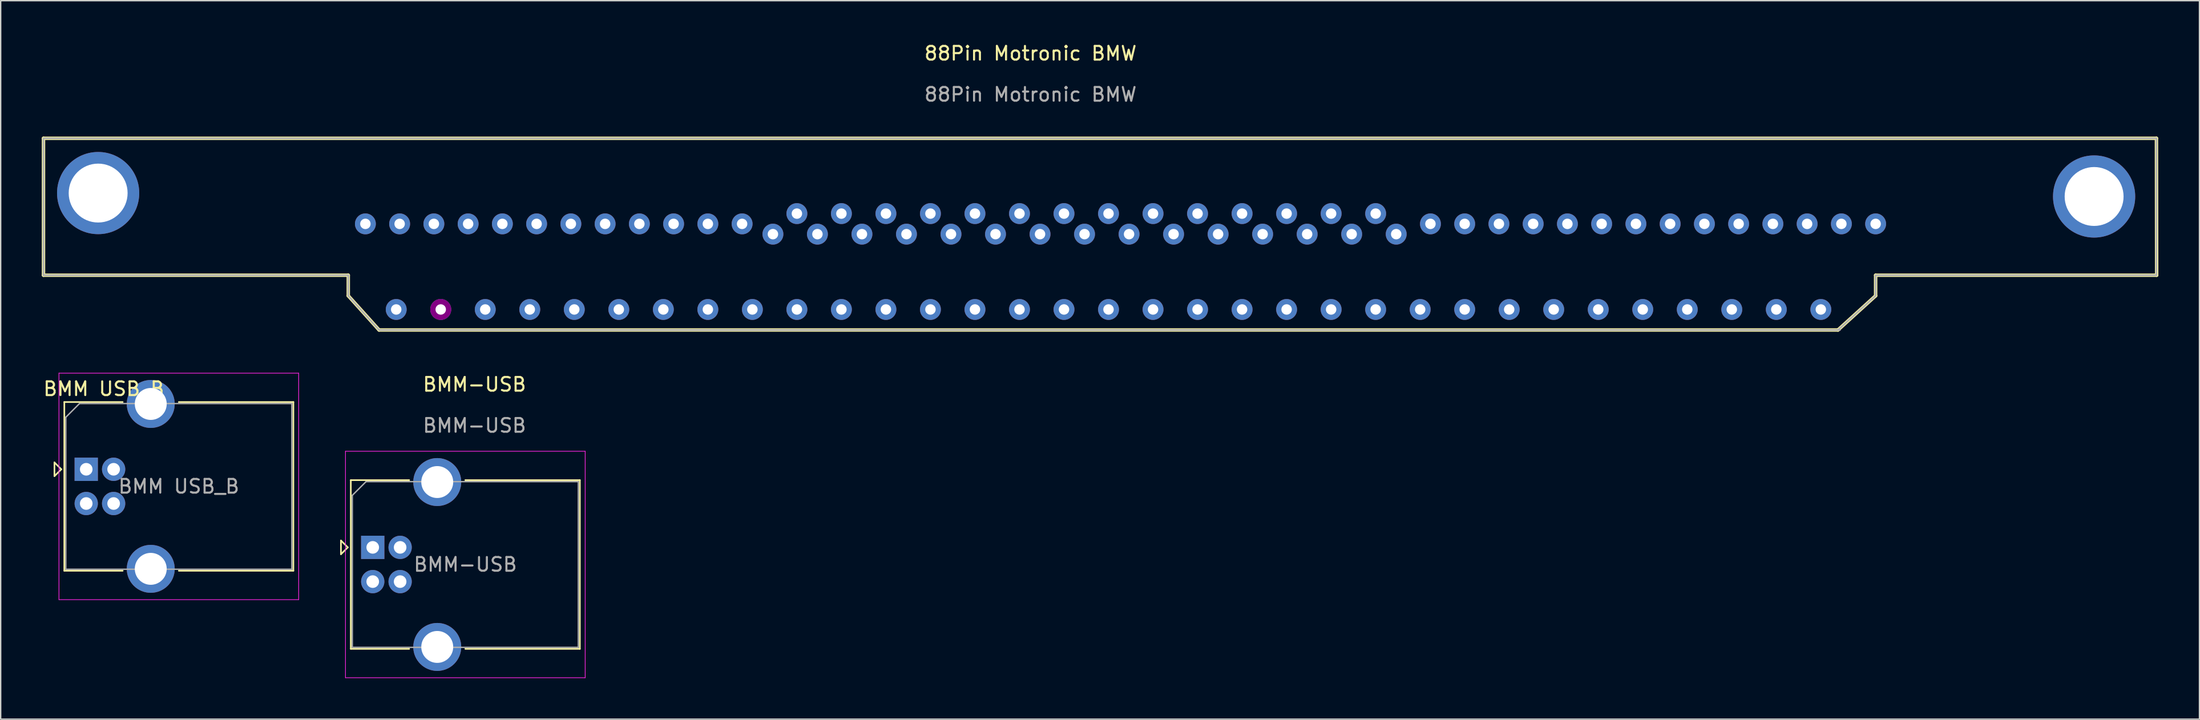
<source format=kicad_pcb>
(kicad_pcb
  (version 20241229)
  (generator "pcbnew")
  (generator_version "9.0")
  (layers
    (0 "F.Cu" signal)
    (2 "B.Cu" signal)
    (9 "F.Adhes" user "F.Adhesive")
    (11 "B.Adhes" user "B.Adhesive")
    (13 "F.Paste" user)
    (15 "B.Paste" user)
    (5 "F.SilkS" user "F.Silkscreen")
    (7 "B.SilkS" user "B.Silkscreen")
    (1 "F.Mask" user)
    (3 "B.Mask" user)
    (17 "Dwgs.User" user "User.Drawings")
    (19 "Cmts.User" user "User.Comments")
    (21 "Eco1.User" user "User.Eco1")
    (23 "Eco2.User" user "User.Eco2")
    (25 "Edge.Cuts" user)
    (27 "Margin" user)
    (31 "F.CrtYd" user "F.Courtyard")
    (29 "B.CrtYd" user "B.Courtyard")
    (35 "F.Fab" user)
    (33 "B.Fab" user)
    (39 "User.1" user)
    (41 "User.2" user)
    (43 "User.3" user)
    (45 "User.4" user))
  (footprint "88Pin Motronic BMW"
    (layer "F.Cu")
    (at 72.177 1.348)
    (property "Reference" "88Pin Motronic BMW" (at 0 -0.5 0) (unlocked yes) (layer "F.SilkS") (effects (font (size 1 1) (thickness 0.15))))
    (attr smd)
    (fp_line (start -72.052 5.7) (end -72.052 15.7) (stroke (width 0.25) (type solid)) (layer "F.SilkS"))
    (fp_line (start -72.052 15.7) (end -49.803 15.7) (stroke (width 0.25) (type solid)) (layer "F.SilkS"))
    (fp_line (start -49.803 15.7) (end -49.803 17.2) (stroke (width 0.25) (type solid)) (layer "F.SilkS"))
    (fp_line (start -49.803 17.2) (end -47.553 19.7) (stroke (width 0.25) (type solid)) (layer "F.SilkS"))
    (fp_line (start -47.553 19.7) (end 58.947 19.7) (stroke (width 0.25) (type solid)) (layer "F.SilkS"))
    (fp_line (start 58.947 19.7) (end 61.697 17.2) (stroke (width 0.25) (type solid)) (layer "F.SilkS"))
    (fp_line (start 61.697 15.7) (end 82.213 15.7) (stroke (width 0.25) (type solid)) (layer "F.SilkS"))
    (fp_line (start 61.697 17.2) (end 61.697 15.7) (stroke (width 0.25) (type solid)) (layer "F.SilkS"))
    (fp_line (start 82.198 5.7) (end -72.052 5.7) (stroke (width 0.25) (type solid)) (layer "F.SilkS"))
    (fp_line (start 82.213 15.7) (end 82.198 5.7) (stroke (width 0.25) (type solid)) (layer "F.SilkS"))
    (fp_line (start -72.052 5.7) (end 82.198 5.7) (stroke (width 0.12) (type solid)) (layer "F.Fab"))
    (fp_line (start -72.052 15.7) (end -72.052 5.7) (stroke (width 0.12) (type solid)) (layer "F.Fab"))
    (fp_line (start -49.803 15.7) (end -72.052 15.7) (stroke (width 0.12) (type solid)) (layer "F.Fab"))
    (fp_line (start -49.803 17.2) (end -49.803 15.7) (stroke (width 0.12) (type solid)) (layer "F.Fab"))
    (fp_line (start -47.553 19.7) (end -49.803 17.2) (stroke (width 0.12) (type solid)) (layer "F.Fab"))
    (fp_line (start 58.947 19.7) (end 61.697 17.2) (stroke (width 0.12) (type solid)) (layer "F.Fab"))
    (fp_line (start 59.096 19.7) (end -47.553 19.7) (stroke (width 0.12) (type solid)) (layer "F.Fab"))
    (fp_line (start 61.697 15.7) (end 82.198 15.7) (stroke (width 0.12) (type solid)) (layer "F.Fab"))
    (fp_line (start 61.697 17.184) (end 61.697 15.7) (stroke (width 0.12) (type solid)) (layer "F.Fab"))
    (fp_line (start 82.198 15.7) (end 82.198 5.7) (stroke (width 0.12) (type solid)) (layer "F.Fab"))
    (fp_text user "${REFERENCE}" (at 0 2.5 0) (unlocked yes) (layer "F.Fab") (effects (font (size 1 1) (thickness 0.15))))
    (pad "" thru_hole circle (at -68.062 9.7 180) (size 6 6) (drill 4.3) (layers "*.Cu" "*.Mask"))
    (pad "" thru_hole circle (at 77.647 9.95 180) (size 6 6) (drill 4.3) (layers "*.Cu" "*.Mask"))
    (pad "1" thru_hole circle (at -48.553 11.95 180) (size 1.524 1.524) (drill 0.762) (layers "*.Cu" "*.Mask"))
    (pad "2" thru_hole circle (at -43.553 11.95 180) (size 1.524 1.524) (drill 0.762) (layers "*.Cu" "*.Mask"))
    (pad "3" thru_hole circle (at -38.553 11.95 180) (size 1.524 1.524) (drill 0.762) (layers "*.Cu" "*.Mask"))
    (pad "4" thru_hole circle (at -33.553 11.95 180) (size 1.524 1.524) (drill 0.762) (layers "*.Cu" "*.Mask"))
    (pad "5" thru_hole circle (at -28.552 11.95 180) (size 1.524 1.524) (drill 0.762) (layers "*.Cu" "*.Mask"))
    (pad "6" thru_hole circle (at -23.552 11.95 180) (size 1.524 1.524) (drill 0.762) (layers "*.Cu" "*.Mask"))
    (pad "7" thru_hole circle (at -18.802 12.7 180) (size 1.524 1.524) (drill 0.762) (layers "*.Cu" "*.Mask"))
    (pad "8" thru_hole circle (at -15.553 12.7 180) (size 1.524 1.524) (drill 0.762) (layers "*.Cu" "*.Mask"))
    (pad "9" thru_hole circle (at -12.303 12.7 180) (size 1.524 1.524) (drill 0.762) (layers "*.Cu" "*.Mask"))
    (pad "10" thru_hole circle (at -9.053 12.7 180) (size 1.524 1.524) (drill 0.762) (layers "*.Cu" "*.Mask"))
    (pad "11" thru_hole circle (at -5.803 12.7 180) (size 1.524 1.524) (drill 0.762) (layers "*.Cu" "*.Mask"))
    (pad "12" thru_hole circle (at -2.553 12.7 180) (size 1.524 1.524) (drill 0.762) (layers "*.Cu" "*.Mask"))
    (pad "13" thru_hole circle (at 0.698 12.7 180) (size 1.524 1.524) (drill 0.762) (layers "*.Cu" "*.Mask"))
    (pad "14" thru_hole circle (at 3.947 12.7 180) (size 1.524 1.524) (drill 0.762) (layers "*.Cu" "*.Mask"))
    (pad "15" thru_hole circle (at 7.197 12.7 180) (size 1.524 1.524) (drill 0.762) (layers "*.Cu" "*.Mask"))
    (pad "16" thru_hole circle (at 10.447 12.7 180) (size 1.524 1.524) (drill 0.762) (layers "*.Cu" "*.Mask"))
    (pad "17" thru_hole circle (at 13.697 12.7 180) (size 1.524 1.524) (drill 0.762) (layers "*.Cu" "*.Mask"))
    (pad "18" thru_hole circle (at 16.948 12.7 180) (size 1.524 1.524) (drill 0.762) (layers "*.Cu" "*.Mask"))
    (pad "19" thru_hole circle (at 20.198 12.7 180) (size 1.524 1.524) (drill 0.762) (layers "*.Cu" "*.Mask"))
    (pad "20" thru_hole circle (at 23.448 12.7 180) (size 1.524 1.524) (drill 0.762) (layers "*.Cu" "*.Mask"))
    (pad "21" thru_hole circle (at 26.698 12.7 180) (size 1.524 1.524) (drill 0.762) (layers "*.Cu" "*.Mask"))
    (pad "22" thru_hole circle (at 31.698 11.95 180) (size 1.524 1.524) (drill 0.762) (layers "*.Cu" "*.Mask"))
    (pad "23" thru_hole circle (at 36.697 11.95 180) (size 1.524 1.524) (drill 0.762) (layers "*.Cu" "*.Mask"))
    (pad "24" thru_hole circle (at 41.697 11.95 180) (size 1.524 1.524) (drill 0.762) (layers "*.Cu" "*.Mask"))
    (pad "25" thru_hole circle (at 46.697 11.95 180) (size 1.524 1.524) (drill 0.762) (layers "*.Cu" "*.Mask"))
    (pad "26" thru_hole circle (at 51.697 11.95 180) (size 1.524 1.524) (drill 0.762) (layers "*.Cu" "*.Mask"))
    (pad "27" thru_hole circle (at 56.697 11.95 180) (size 1.524 1.524) (drill 0.762) (layers "*.Cu" "*.Mask"))
    (pad "28" thru_hole circle (at 61.697 11.95 180) (size 1.524 1.524) (drill 0.762) (layers "*.Cu" "*.Mask"))
    (pad "29" thru_hole circle (at -46.053 11.95 180) (size 1.524 1.524) (drill 0.762) (layers "*.Cu" "*.Mask"))
    (pad "30" thru_hole circle (at -41.053 11.95 180) (size 1.524 1.524) (drill 0.762) (layers "*.Cu" "*.Mask"))
    (pad "31" thru_hole circle (at -36.053 11.95 180) (size 1.524 1.524) (drill 0.762) (layers "*.Cu" "*.Mask"))
    (pad "32" thru_hole circle (at -31.052 11.95 180) (size 1.524 1.524) (drill 0.762) (layers "*.Cu" "*.Mask"))
    (pad "33" thru_hole circle (at -26.052 11.95 180) (size 1.524 1.524) (drill 0.762) (layers "*.Cu" "*.Mask"))
    (pad "34" thru_hole circle (at -21.052 11.95 180) (size 1.524 1.524) (drill 0.762) (layers "*.Cu" "*.Mask"))
    (pad "35" thru_hole circle (at -17.052 11.2 180) (size 1.524 1.524) (drill 0.762) (layers "*.Cu" "*.Mask"))
    (pad "36" thru_hole circle (at -13.803 11.2 180) (size 1.524 1.524) (drill 0.762) (layers "*.Cu" "*.Mask"))
    (pad "37" thru_hole circle (at -10.553 11.2 180) (size 1.524 1.524) (drill 0.762) (layers "*.Cu" "*.Mask"))
    (pad "38" thru_hole circle (at -7.303 11.2 180) (size 1.524 1.524) (drill 0.762) (layers "*.Cu" "*.Mask"))
    (pad "39" thru_hole circle (at -4.053 11.2 180) (size 1.524 1.524) (drill 0.762) (layers "*.Cu" "*.Mask"))
    (pad "40" thru_hole circle (at -0.802 11.2 180) (size 1.524 1.524) (drill 0.762) (layers "*.Cu" "*.Mask" "B.Paste"))
    (pad "41" thru_hole circle (at 2.447 11.2 180) (size 1.524 1.524) (drill 0.762) (layers "*.Cu" "*.Mask"))
    (pad "42" thru_hole circle (at 5.697 11.2 180) (size 1.524 1.524) (drill 0.762) (layers "*.Cu" "*.Mask"))
    (pad "43" thru_hole circle (at 8.947 11.2 180) (size 1.524 1.524) (drill 0.762) (layers "*.Cu" "*.Mask"))
    (pad "44" thru_hole circle (at 12.197 11.2 180) (size 1.524 1.524) (drill 0.762) (layers "*.Cu" "*.Mask"))
    (pad "45" thru_hole circle (at 15.447 11.2 180) (size 1.524 1.524) (drill 0.762) (layers "*.Cu" "*.Mask"))
    (pad "46" thru_hole circle (at 18.698 11.2 180) (size 1.524 1.524) (drill 0.762) (layers "*.Cu" "*.Mask"))
    (pad "47" thru_hole circle (at 21.948 11.2 180) (size 1.524 1.524) (drill 0.762) (layers "*.Cu" "*.Mask"))
    (pad "48" thru_hole circle (at 25.198 11.2 180) (size 1.524 1.524) (drill 0.762) (layers "*.Cu" "*.Mask"))
    (pad "49" thru_hole circle (at 29.198 11.95 180) (size 1.524 1.524) (drill 0.762) (layers "*.Cu" "*.Mask"))
    (pad "50" thru_hole circle (at 34.197 11.95 180) (size 1.524 1.524) (drill 0.762) (layers "*.Cu" "*.Mask"))
    (pad "51" thru_hole circle (at 39.197 11.95 180) (size 1.524 1.524) (drill 0.762) (layers "*.Cu" "*.Mask"))
    (pad "52" thru_hole circle (at 44.197 11.95 180) (size 1.524 1.524) (drill 0.762) (layers "*.Cu" "*.Mask"))
    (pad "53" thru_hole circle (at 49.197 11.95 180) (size 1.524 1.524) (drill 0.762) (layers "*.Cu" "*.Mask"))
    (pad "54" thru_hole circle (at 54.197 11.95 180) (size 1.524 1.524) (drill 0.762) (layers "*.Cu" "*.Mask"))
    (pad "55" thru_hole circle (at 59.197 11.95 180) (size 1.524 1.524) (drill 0.762) (layers "*.Cu" "*.Mask"))
    (pad "56" thru_hole circle (at -46.303 18.2 180) (size 1.524 1.524) (drill 0.762) (layers "*.Cu" "*.Mask"))
    (pad "57" thru_hole circle (at -43.053 18.2 180) (size 1.524 1.524) (drill 0.762) (layers "*.Cu" "*.Mask" "F.Adhes"))
    (pad "58" thru_hole circle (at -39.803 18.2 180) (size 1.524 1.524) (drill 0.762) (layers "*.Cu" "*.Mask"))
    (pad "59" thru_hole circle (at -36.553 18.2 180) (size 1.524 1.524) (drill 0.762) (layers "*.Cu" "*.Mask"))
    (pad "60" thru_hole circle (at -33.303 18.2 180) (size 1.524 1.524) (drill 0.762) (layers "*.Cu" "*.Mask"))
    (pad "61" thru_hole circle (at -30.052 18.2 180) (size 1.524 1.524) (drill 0.762) (layers "*.Cu" "*.Mask"))
    (pad "62" thru_hole circle (at -26.802 18.2 180) (size 1.524 1.524) (drill 0.762) (layers "*.Cu" "*.Mask"))
    (pad "63" thru_hole circle (at -23.552 18.2 180) (size 1.524 1.524) (drill 0.762) (layers "*.Cu" "*.Mask"))
    (pad "64" thru_hole circle (at -20.302 18.2 180) (size 1.524 1.524) (drill 0.762) (layers "*.Cu" "*.Mask"))
    (pad "65" thru_hole circle (at -17.052 18.2 180) (size 1.524 1.524) (drill 0.762) (layers "*.Cu" "*.Mask"))
    (pad "66" thru_hole circle (at -13.803 18.2 180) (size 1.524 1.524) (drill 0.762) (layers "*.Cu" "*.Mask"))
    (pad "67" thru_hole circle (at -10.553 18.2 180) (size 1.524 1.524) (drill 0.762) (layers "*.Cu" "*.Mask"))
    (pad "68" thru_hole circle (at -7.303 18.2 180) (size 1.524 1.524) (drill 0.762) (layers "*.Cu" "*.Mask"))
    (pad "69" thru_hole circle (at -4.053 18.2 180) (size 1.524 1.524) (drill 0.762) (layers "*.Cu" "*.Mask"))
    (pad "70" thru_hole circle (at -0.802 18.2 180) (size 1.524 1.524) (drill 0.762) (layers "*.Cu" "*.Mask"))
    (pad "71" thru_hole circle (at 2.447 18.2 180) (size 1.524 1.524) (drill 0.762) (layers "*.Cu" "*.Mask"))
    (pad "72" thru_hole circle (at 5.697 18.2 180) (size 1.524 1.524) (drill 0.762) (layers "*.Cu" "*.Mask"))
    (pad "73" thru_hole circle (at 8.947 18.2 180) (size 1.524 1.524) (drill 0.762) (layers "*.Cu" "*.Mask"))
    (pad "74" thru_hole circle (at 12.197 18.2 180) (size 1.524 1.524) (drill 0.762) (layers "*.Cu" "*.Mask"))
    (pad "75" thru_hole circle (at 15.447 18.2 180) (size 1.524 1.524) (drill 0.762) (layers "*.Cu" "*.Mask"))
    (pad "76" thru_hole circle (at 18.698 18.2 180) (size 1.524 1.524) (drill 0.762) (layers "*.Cu" "*.Mask"))
    (pad "77" thru_hole circle (at 21.948 18.2 180) (size 1.524 1.524) (drill 0.762) (layers "*.Cu" "*.Mask"))
    (pad "78" thru_hole circle (at 25.198 18.2 180) (size 1.524 1.524) (drill 0.762) (layers "*.Cu" "*.Mask"))
    (pad "79" thru_hole circle (at 28.448 18.2 180) (size 1.524 1.524) (drill 0.762) (layers "*.Cu" "*.Mask"))
    (pad "80" thru_hole circle (at 31.698 18.2 180) (size 1.524 1.524) (drill 0.762) (layers "*.Cu" "*.Mask"))
    (pad "81" thru_hole circle (at 34.947 18.2 180) (size 1.524 1.524) (drill 0.762) (layers "*.Cu" "*.Mask"))
    (pad "82" thru_hole circle (at 38.197 18.2 180) (size 1.524 1.524) (drill 0.762) (layers "*.Cu" "*.Mask"))
    (pad "83" thru_hole circle (at 41.447 18.2 180) (size 1.524 1.524) (drill 0.762) (layers "*.Cu" "*.Mask"))
    (pad "84" thru_hole circle (at 44.697 18.2 180) (size 1.524 1.524) (drill 0.762) (layers "*.Cu" "*.Mask"))
    (pad "85" thru_hole circle (at 47.947 18.2 180) (size 1.524 1.524) (drill 0.762) (layers "*.Cu" "*.Mask"))
    (pad "86" thru_hole circle (at 51.197 18.2 180) (size 1.524 1.524) (drill 0.762) (layers "*.Cu" "*.Mask"))
    (pad "87" thru_hole circle (at 54.447 18.2 180) (size 1.524 1.524) (drill 0.762) (layers "*.Cu" "*.Mask"))
    (pad "88" thru_hole circle (at 57.697 18.2 180) (size 1.524 1.524) (drill 0.762) (layers "*.Cu" "*.Mask")))
  (footprint "BMM-USB"
    (layer "F.Cu")
    (at 29.05 38.181)
    (property "Reference" "BMM-USB" (at 2.54 -13.16 0) (unlocked yes) (layer "F.SilkS") (effects (font (size 1 1) (thickness 0.15))))
    (attr through_hole)
    (fp_line (start -7.21 -1.76) (end -7.21 -0.76) (stroke (width 0.12) (type solid)) (layer "F.SilkS"))
    (fp_line (start -7.21 -0.76) (end -6.71 -1.26) (stroke (width 0.12) (type solid)) (layer "F.SilkS"))
    (fp_line (start -6.71 -1.26) (end -7.21 -1.76) (stroke (width 0.12) (type solid)) (layer "F.SilkS"))
    (fp_line (start -6.49 -6.17) (end -6.49 6.15) (stroke (width 0.12) (type solid)) (layer "F.SilkS"))
    (fp_line (start -6.49 6.15) (end -2.23 6.15) (stroke (width 0.12) (type solid)) (layer "F.SilkS"))
    (fp_line (start -2.23 -6.17) (end -6.49 -6.17) (stroke (width 0.12) (type solid)) (layer "F.SilkS"))
    (fp_line (start 1.87 -6.17) (end 10.23 -6.17) (stroke (width 0.12) (type solid)) (layer "F.SilkS"))
    (fp_line (start 10.23 -6.17) (end 10.23 6.15) (stroke (width 0.12) (type solid)) (layer "F.SilkS"))
    (fp_line (start 10.23 6.15) (end 1.87 6.15) (stroke (width 0.12) (type solid)) (layer "F.SilkS"))
    (fp_line (start -6.88 -8.28) (end -6.88 8.26) (stroke (width 0.05) (type solid)) (layer "F.CrtYd"))
    (fp_line (start -6.88 8.26) (end 10.62 8.26) (stroke (width 0.05) (type solid)) (layer "F.CrtYd"))
    (fp_line (start 10.62 -8.28) (end -6.88 -8.28) (stroke (width 0.05) (type solid)) (layer "F.CrtYd"))
    (fp_line (start 10.62 8.26) (end 10.62 -8.28) (stroke (width 0.05) (type solid)) (layer "F.CrtYd"))
    (fp_line (start -6.38 -5.06) (end -5.38 -6.06) (stroke (width 0.1) (type solid)) (layer "F.Fab"))
    (fp_line (start -6.38 6.04) (end -6.38 -5.06) (stroke (width 0.1) (type solid)) (layer "F.Fab"))
    (fp_line (start -5.38 -6.06) (end 10.12 -6.06) (stroke (width 0.1) (type solid)) (layer "F.Fab"))
    (fp_line (start 10.12 -6.06) (end 10.12 6.04) (stroke (width 0.1) (type solid)) (layer "F.Fab"))
    (fp_line (start 10.12 6.04) (end -6.38 6.04) (stroke (width 0.1) (type solid)) (layer "F.Fab"))
    (fp_text user "${REFERENCE}" (at 2.54 -10.16 0) (unlocked yes) (layer "F.Fab") (effects (font (size 1 1) (thickness 0.15))))
    (fp_text user "${REFERENCE}" (at 1.87 -0.01 0) (layer "F.Fab") (effects (font (size 1 1) (thickness 0.15))))
    (pad "1" thru_hole rect (at -4.89 -1.26) (size 1.7 1.7) (drill 0.92) (layers "*.Cu" "*.Mask"))
    (pad "2" thru_hole circle (at -4.89 1.24) (size 1.7 1.7) (drill 0.92) (layers "*.Cu" "*.Mask"))
    (pad "3" thru_hole circle (at -2.89 1.24) (size 1.7 1.7) (drill 0.92) (layers "*.Cu" "*.Mask"))
    (pad "4" thru_hole circle (at -2.89 -1.26) (size 1.7 1.7) (drill 0.92) (layers "*.Cu" "*.Mask"))
    (pad "5" thru_hole circle (at -0.18 -6.03) (size 3.5 3.5) (drill 2.33) (layers "*.Cu" "*.Mask"))
    (pad "5" thru_hole circle (at -0.18 6.01) (size 3.5 3.5) (drill 2.33) (layers "*.Cu" "*.Mask")))
  (footprint "BMM USB_B"
    (layer "F.Cu")
    (at 10.005 32.468)
    (property "Reference" "BMM USB_B" (at -5.475 -7.125 0) (layer "F.SilkS") (effects (font (size 1 1) (thickness 0.15))))
    (attr through_hole)
    (fp_line (start -9.08 -1.75) (end -9.08 -0.75) (stroke (width 0.12) (type solid)) (layer "F.SilkS"))
    (fp_line (start -9.08 -0.75) (end -8.58 -1.25) (stroke (width 0.12) (type solid)) (layer "F.SilkS"))
    (fp_line (start -8.58 -1.25) (end -9.08 -1.75) (stroke (width 0.12) (type solid)) (layer "F.SilkS"))
    (fp_line (start -8.36 -6.16) (end -8.36 6.16) (stroke (width 0.12) (type solid)) (layer "F.SilkS"))
    (fp_line (start -8.36 6.16) (end -4.1 6.16) (stroke (width 0.12) (type solid)) (layer "F.SilkS"))
    (fp_line (start -4.1 -6.16) (end -8.36 -6.16) (stroke (width 0.12) (type solid)) (layer "F.SilkS"))
    (fp_line (start 0 -6.16) (end 8.36 -6.16) (stroke (width 0.12) (type solid)) (layer "F.SilkS"))
    (fp_line (start 8.36 -6.16) (end 8.36 6.16) (stroke (width 0.12) (type solid)) (layer "F.SilkS"))
    (fp_line (start 8.36 6.16) (end 0 6.16) (stroke (width 0.12) (type solid)) (layer "F.SilkS"))
    (fp_line (start -8.75 -8.27) (end -8.75 8.27) (stroke (width 0.05) (type solid)) (layer "F.CrtYd"))
    (fp_line (start -8.75 8.27) (end 8.75 8.27) (stroke (width 0.05) (type solid)) (layer "F.CrtYd"))
    (fp_line (start 8.75 -8.27) (end -8.75 -8.27) (stroke (width 0.05) (type solid)) (layer "F.CrtYd"))
    (fp_line (start 8.75 8.27) (end 8.75 -8.27) (stroke (width 0.05) (type solid)) (layer "F.CrtYd"))
    (fp_line (start -8.25 -5.05) (end -7.25 -6.05) (stroke (width 0.1) (type solid)) (layer "F.Fab"))
    (fp_line (start -8.25 6.05) (end -8.25 -5.05) (stroke (width 0.1) (type solid)) (layer "F.Fab"))
    (fp_line (start -7.25 -6.05) (end 8.25 -6.05) (stroke (width 0.1) (type solid)) (layer "F.Fab"))
    (fp_line (start 8.25 -6.05) (end 8.25 6.05) (stroke (width 0.1) (type solid)) (layer "F.Fab"))
    (fp_line (start 8.25 6.05) (end -8.25 6.05) (stroke (width 0.1) (type solid)) (layer "F.Fab"))
    (fp_text user "${REFERENCE}" (at 0 0 0) (layer "F.Fab") (effects (font (size 1 1) (thickness 0.15))))
    (pad "1" thru_hole rect (at -6.76 -1.25) (size 1.7 1.7) (drill 0.92) (layers "*.Cu" "*.Mask"))
    (pad "2" thru_hole circle (at -6.76 1.25) (size 1.7 1.7) (drill 0.92) (layers "*.Cu" "*.Mask"))
    (pad "3" thru_hole circle (at -4.76 1.25) (size 1.7 1.7) (drill 0.92) (layers "*.Cu" "*.Mask"))
    (pad "4" thru_hole circle (at -4.76 -1.25) (size 1.7 1.7) (drill 0.92) (layers "*.Cu" "*.Mask"))
    (pad "5" thru_hole circle (at -2.05 -6.02) (size 3.5 3.5) (drill 2.33) (layers "*.Cu" "*.Mask"))
    (pad "5" thru_hole circle (at -2.05 6.02) (size 3.5 3.5) (drill 2.33) (layers "*.Cu" "*.Mask")))
  (gr_rect
    (start -3 -3)
    (end 157.515 49.466)
    (stroke (width 0.1) (type default))
    (fill no)
    (layer "Edge.Cuts")))
</source>
